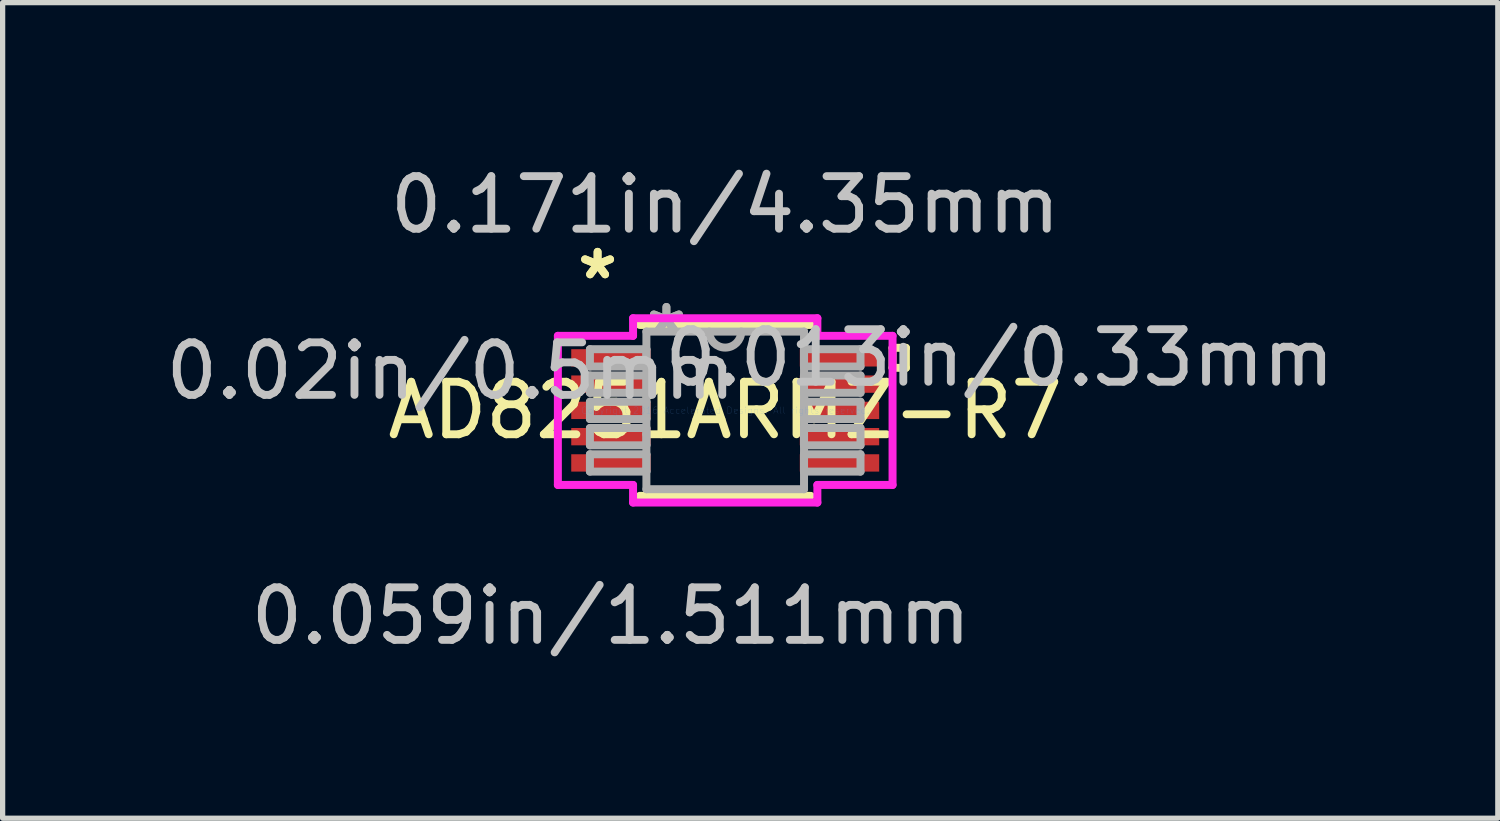
<source format=kicad_pcb>
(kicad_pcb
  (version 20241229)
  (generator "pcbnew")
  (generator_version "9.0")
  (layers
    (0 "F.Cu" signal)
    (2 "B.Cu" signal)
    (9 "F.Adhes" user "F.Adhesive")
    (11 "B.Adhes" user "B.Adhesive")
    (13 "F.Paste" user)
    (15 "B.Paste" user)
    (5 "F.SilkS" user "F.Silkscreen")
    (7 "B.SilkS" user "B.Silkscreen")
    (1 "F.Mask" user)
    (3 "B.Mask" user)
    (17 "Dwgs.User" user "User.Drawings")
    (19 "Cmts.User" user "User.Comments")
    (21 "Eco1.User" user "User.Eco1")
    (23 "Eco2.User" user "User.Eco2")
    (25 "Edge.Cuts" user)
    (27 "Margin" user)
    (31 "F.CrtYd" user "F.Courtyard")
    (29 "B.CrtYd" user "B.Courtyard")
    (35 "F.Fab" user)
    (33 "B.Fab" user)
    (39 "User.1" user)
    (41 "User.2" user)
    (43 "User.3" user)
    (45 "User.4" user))
  (footprint "AD8251ARMZ-R7"
    (layer "F.Cu")
    (at 10.753 4.761)
    (property "Reference" "AD8251ARMZ-R7" (at 0 0 0) (layer "F.SilkS") (effects (font (size 1 1) (thickness 0.15))))
    (attr through_hole)
    (fp_line (start -1.627 1.627) (end 1.627 1.627) (stroke (width 0.152) (type solid)) (layer "F.SilkS"))
    (fp_line (start 1.627 -1.627) (end -1.627 -1.627) (stroke (width 0.152) (type solid)) (layer "F.SilkS"))
    (fp_line (start 3.185 -1.191) (end 3.439 -1.191) (stroke (width 0.152) (type solid)) (layer "F.SilkS"))
    (fp_line (start 3.185 -0.81) (end 3.185 -1.191) (stroke (width 0.152) (type solid)) (layer "F.SilkS"))
    (fp_line (start 3.439 -1.191) (end 3.439 -0.81) (stroke (width 0.152) (type solid)) (layer "F.SilkS"))
    (fp_line (start 3.439 -0.81) (end 3.185 -0.81) (stroke (width 0.152) (type solid)) (layer "F.SilkS"))
    (fp_line (start -3.185 -1.419) (end -1.754 -1.419) (stroke (width 0.152) (type solid)) (layer "F.CrtYd"))
    (fp_line (start -3.185 1.419) (end -3.185 -1.419) (stroke (width 0.152) (type solid)) (layer "F.CrtYd"))
    (fp_line (start -1.754 -1.754) (end 1.754 -1.754) (stroke (width 0.152) (type solid)) (layer "F.CrtYd"))
    (fp_line (start -1.754 -1.419) (end -1.754 -1.754) (stroke (width 0.152) (type solid)) (layer "F.CrtYd"))
    (fp_line (start -1.754 1.419) (end -3.185 1.419) (stroke (width 0.152) (type solid)) (layer "F.CrtYd"))
    (fp_line (start -1.754 1.754) (end -1.754 1.419) (stroke (width 0.152) (type solid)) (layer "F.CrtYd"))
    (fp_line (start 1.754 -1.754) (end 1.754 -1.419) (stroke (width 0.152) (type solid)) (layer "F.CrtYd"))
    (fp_line (start 1.754 -1.419) (end 3.185 -1.419) (stroke (width 0.152) (type solid)) (layer "F.CrtYd"))
    (fp_line (start 1.754 1.419) (end 1.754 1.754) (stroke (width 0.152) (type solid)) (layer "F.CrtYd"))
    (fp_line (start 1.754 1.754) (end -1.754 1.754) (stroke (width 0.152) (type solid)) (layer "F.CrtYd"))
    (fp_line (start 3.185 -1.419) (end 3.185 1.419) (stroke (width 0.152) (type solid)) (layer "F.CrtYd"))
    (fp_line (start 3.185 1.419) (end 1.754 1.419) (stroke (width 0.152) (type solid)) (layer "F.CrtYd"))
    (fp_line (start -2.575 -1.165) (end -2.575 -0.835) (stroke (width 0.152) (type solid)) (layer "F.Fab"))
    (fp_line (start -2.575 -0.835) (end -1.5 -0.835) (stroke (width 0.152) (type solid)) (layer "F.Fab"))
    (fp_line (start -2.575 -0.665) (end -2.575 -0.335) (stroke (width 0.152) (type solid)) (layer "F.Fab"))
    (fp_line (start -2.575 -0.335) (end -1.5 -0.335) (stroke (width 0.152) (type solid)) (layer "F.Fab"))
    (fp_line (start -2.575 -0.165) (end -2.575 0.165) (stroke (width 0.152) (type solid)) (layer "F.Fab"))
    (fp_line (start -2.575 0.165) (end -1.5 0.165) (stroke (width 0.152) (type solid)) (layer "F.Fab"))
    (fp_line (start -2.575 0.335) (end -2.575 0.665) (stroke (width 0.152) (type solid)) (layer "F.Fab"))
    (fp_line (start -2.575 0.665) (end -1.5 0.665) (stroke (width 0.152) (type solid)) (layer "F.Fab"))
    (fp_line (start -2.575 0.835) (end -2.575 1.165) (stroke (width 0.152) (type solid)) (layer "F.Fab"))
    (fp_line (start -2.575 1.165) (end -1.5 1.165) (stroke (width 0.152) (type solid)) (layer "F.Fab"))
    (fp_line (start -1.5 -1.5) (end -1.5 1.5) (stroke (width 0.152) (type solid)) (layer "F.Fab"))
    (fp_line (start -1.5 -1.165) (end -2.575 -1.165) (stroke (width 0.152) (type solid)) (layer "F.Fab"))
    (fp_line (start -1.5 -0.835) (end -1.5 -1.165) (stroke (width 0.152) (type solid)) (layer "F.Fab"))
    (fp_line (start -1.5 -0.665) (end -2.575 -0.665) (stroke (width 0.152) (type solid)) (layer "F.Fab"))
    (fp_line (start -1.5 -0.335) (end -1.5 -0.665) (stroke (width 0.152) (type solid)) (layer "F.Fab"))
    (fp_line (start -1.5 -0.165) (end -2.575 -0.165) (stroke (width 0.152) (type solid)) (layer "F.Fab"))
    (fp_line (start -1.5 0.165) (end -1.5 -0.165) (stroke (width 0.152) (type solid)) (layer "F.Fab"))
    (fp_line (start -1.5 0.335) (end -2.575 0.335) (stroke (width 0.152) (type solid)) (layer "F.Fab"))
    (fp_line (start -1.5 0.665) (end -1.5 0.335) (stroke (width 0.152) (type solid)) (layer "F.Fab"))
    (fp_line (start -1.5 0.835) (end -2.575 0.835) (stroke (width 0.152) (type solid)) (layer "F.Fab"))
    (fp_line (start -1.5 1.165) (end -1.5 0.835) (stroke (width 0.152) (type solid)) (layer "F.Fab"))
    (fp_line (start -1.5 1.5) (end 1.5 1.5) (stroke (width 0.152) (type solid)) (layer "F.Fab"))
    (fp_line (start 1.5 -1.5) (end -1.5 -1.5) (stroke (width 0.152) (type solid)) (layer "F.Fab"))
    (fp_line (start 1.5 -1.165) (end 1.5 -0.835) (stroke (width 0.152) (type solid)) (layer "F.Fab"))
    (fp_line (start 1.5 -0.835) (end 2.575 -0.835) (stroke (width 0.152) (type solid)) (layer "F.Fab"))
    (fp_line (start 1.5 -0.665) (end 1.5 -0.335) (stroke (width 0.152) (type solid)) (layer "F.Fab"))
    (fp_line (start 1.5 -0.335) (end 2.575 -0.335) (stroke (width 0.152) (type solid)) (layer "F.Fab"))
    (fp_line (start 1.5 -0.165) (end 1.5 0.165) (stroke (width 0.152) (type solid)) (layer "F.Fab"))
    (fp_line (start 1.5 0.165) (end 2.575 0.165) (stroke (width 0.152) (type solid)) (layer "F.Fab"))
    (fp_line (start 1.5 0.335) (end 1.5 0.665) (stroke (width 0.152) (type solid)) (layer "F.Fab"))
    (fp_line (start 1.5 0.665) (end 2.575 0.665) (stroke (width 0.152) (type solid)) (layer "F.Fab"))
    (fp_line (start 1.5 0.835) (end 1.5 1.165) (stroke (width 0.152) (type solid)) (layer "F.Fab"))
    (fp_line (start 1.5 1.165) (end 2.575 1.165) (stroke (width 0.152) (type solid)) (layer "F.Fab"))
    (fp_line (start 1.5 1.5) (end 1.5 -1.5) (stroke (width 0.152) (type solid)) (layer "F.Fab"))
    (fp_line (start 2.575 -1.165) (end 1.5 -1.165) (stroke (width 0.152) (type solid)) (layer "F.Fab"))
    (fp_line (start 2.575 -0.835) (end 2.575 -1.165) (stroke (width 0.152) (type solid)) (layer "F.Fab"))
    (fp_line (start 2.575 -0.665) (end 1.5 -0.665) (stroke (width 0.152) (type solid)) (layer "F.Fab"))
    (fp_line (start 2.575 -0.335) (end 2.575 -0.665) (stroke (width 0.152) (type solid)) (layer "F.Fab"))
    (fp_line (start 2.575 -0.165) (end 1.5 -0.165) (stroke (width 0.152) (type solid)) (layer "F.Fab"))
    (fp_line (start 2.575 0.165) (end 2.575 -0.165) (stroke (width 0.152) (type solid)) (layer "F.Fab"))
    (fp_line (start 2.575 0.335) (end 1.5 0.335) (stroke (width 0.152) (type solid)) (layer "F.Fab"))
    (fp_line (start 2.575 0.665) (end 2.575 0.335) (stroke (width 0.152) (type solid)) (layer "F.Fab"))
    (fp_line (start 2.575 0.835) (end 1.5 0.835) (stroke (width 0.152) (type solid)) (layer "F.Fab"))
    (fp_line (start 2.575 1.165) (end 2.575 0.835) (stroke (width 0.152) (type solid)) (layer "F.Fab"))
    (fp_arc (start 0.3048 -1.5) (mid 0 -1.1952) (end -0.3048 -1.5) (stroke (width 0.1524) (type solid)) (layer "F.Fab"))
    (fp_text user "*" (at -2.429 -2.473 0) (layer "F.SilkS") (effects (font (size 1 1) (thickness 0.15))))
    (fp_text user "*" (at -2.429 -2.473 0) (layer "F.SilkS") (effects (font (size 1 1) (thickness 0.15))))
    (fp_text user "0.013in/0.33mm" (at 5.223 -1 0) (layer "Dwgs.User") (effects (font (size 1 1) (thickness 0.15))))
    (fp_text user "0.171in/4.35mm" (at 0 -3.913 0) (layer "Dwgs.User") (effects (font (size 1 1) (thickness 0.15))))
    (fp_text user "0.059in/1.511mm" (at -2.175 3.913 0) (layer "Dwgs.User") (effects (font (size 1 1) (thickness 0.15))))
    (fp_text user "0.02in/0.5mm" (at -5.223 -0.75 0) (layer "Dwgs.User") (effects (font (size 1 1) (thickness 0.15))))
    (fp_text user "Copyright 2016 Accelerated Designs. All rights reserved." (at 0 0 0) (layer "Cmts.User") (effects (font (size 0.127 0.127) (thickness 0.002))))
    (fp_text user "*" (at -1.119 -1.424 0) (layer "F.Fab") (effects (font (size 1 1) (thickness 0.15))))
    (fp_text user "*" (at -1.119 -1.424 0) (layer "F.Fab") (effects (font (size 1 1) (thickness 0.15))))
    (pad "1" smd rect (at -2.175 -1) (size 1.511 0.33) (layers "F.Cu" "F.Mask" "F.Paste"))
    (pad "2" smd rect (at -2.175 -0.5) (size 1.511 0.33) (layers "F.Cu" "F.Mask" "F.Paste"))
    (pad "3" smd rect (at -2.175 0) (size 1.511 0.33) (layers "F.Cu" "F.Mask" "F.Paste"))
    (pad "4" smd rect (at -2.175 0.5) (size 1.511 0.33) (layers "F.Cu" "F.Mask" "F.Paste"))
    (pad "5" smd rect (at -2.175 1) (size 1.511 0.33) (layers "F.Cu" "F.Mask" "F.Paste"))
    (pad "6" smd rect (at 2.175 1) (size 1.511 0.33) (layers "F.Cu" "F.Mask" "F.Paste"))
    (pad "7" smd rect (at 2.175 0.5) (size 1.511 0.33) (layers "F.Cu" "F.Mask" "F.Paste"))
    (pad "8" smd rect (at 2.175 0) (size 1.511 0.33) (layers "F.Cu" "F.Mask" "F.Paste"))
    (pad "9" smd rect (at 2.175 -0.5) (size 1.511 0.33) (layers "F.Cu" "F.Mask" "F.Paste"))
    (pad "10" smd rect (at 2.175 -1) (size 1.511 0.33) (layers "F.Cu" "F.Mask" "F.Paste")))
  (gr_rect
    (start -3 -3)
    (end 25.458 12.523)
    (stroke (width 0.1) (type default))
    (fill no)
    (layer "Edge.Cuts")))
</source>
